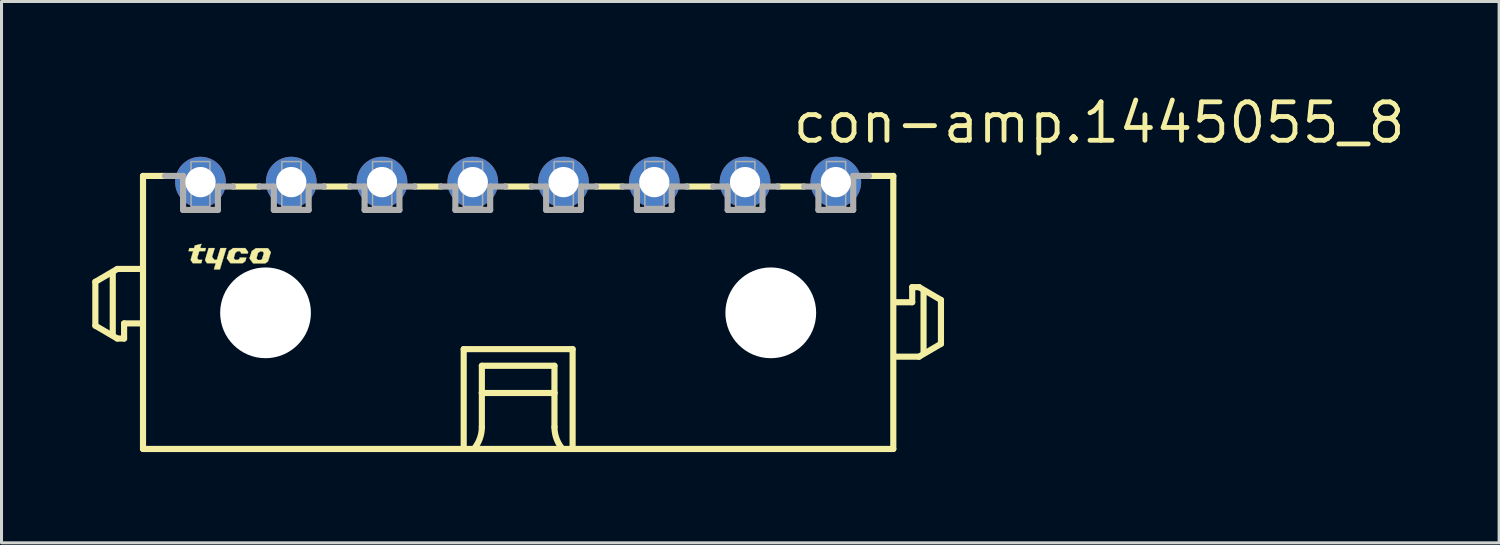
<source format=kicad_pcb>
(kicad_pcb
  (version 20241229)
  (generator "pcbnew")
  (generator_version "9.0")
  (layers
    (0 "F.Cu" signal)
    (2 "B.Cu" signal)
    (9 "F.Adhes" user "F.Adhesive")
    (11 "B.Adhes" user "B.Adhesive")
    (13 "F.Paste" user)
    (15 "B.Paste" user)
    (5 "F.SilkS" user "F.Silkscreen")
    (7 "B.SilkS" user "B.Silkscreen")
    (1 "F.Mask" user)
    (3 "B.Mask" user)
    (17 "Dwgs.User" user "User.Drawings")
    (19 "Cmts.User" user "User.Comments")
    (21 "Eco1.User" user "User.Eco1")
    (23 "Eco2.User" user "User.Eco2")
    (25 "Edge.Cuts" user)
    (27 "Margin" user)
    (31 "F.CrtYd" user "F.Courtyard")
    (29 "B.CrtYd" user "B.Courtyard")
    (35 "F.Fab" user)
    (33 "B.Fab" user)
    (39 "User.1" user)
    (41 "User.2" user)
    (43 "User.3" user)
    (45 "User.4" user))
  (footprint "con-amp.1445055_8"
    (layer "F.Cu")
    (at 14.077 7.29)
    (property "Reference" "con-amp.1445055_8" (at 9 -5.54 0) (layer "F.SilkS") (effects (font (size 1.27 1.27) (thickness 0.16)) (justify left bottom)))
    (attr through_hole)
    (fp_line (start -13.975 -1.025) (end -13.975 0.425) (stroke (width 0.203) (type default)) (layer "F.SilkS"))
    (fp_line (start -13.975 0.425) (end -13.25 0.85) (stroke (width 0.203) (type default)) (layer "F.SilkS"))
    (fp_line (start -13.4 0.7) (end -13.4 -1.3) (stroke (width 0.203) (type default)) (layer "F.SilkS"))
    (fp_line (start -13.25 -1.45) (end -13.975 -1.025) (stroke (width 0.203) (type default)) (layer "F.SilkS"))
    (fp_line (start -13.25 0.85) (end -13.025 0.85) (stroke (width 0.203) (type default)) (layer "F.SilkS"))
    (fp_line (start -13.025 0.35) (end -12.5 0.35) (stroke (width 0.203) (type default)) (layer "F.SilkS"))
    (fp_line (start -13.025 0.85) (end -13.025 0.35) (stroke (width 0.203) (type default)) (layer "F.SilkS"))
    (fp_line (start -12.5 -1.45) (end -13.25 -1.45) (stroke (width 0.203) (type default)) (layer "F.SilkS"))
    (fp_line (start -12.4 -4.525) (end -12.4 4.5) (stroke (width 0.203) (type default)) (layer "F.SilkS"))
    (fp_line (start -12.4 -4.525) (end -11.675 -4.525) (stroke (width 0.203) (type default)) (layer "F.SilkS"))
    (fp_line (start -12.4 4.5) (end 12.4 4.5) (stroke (width 0.203) (type default)) (layer "F.SilkS"))
    (fp_line (start -8.55 -4.175) (end -9.425 -4.175) (stroke (width 0.203) (type default)) (layer "F.SilkS"))
    (fp_line (start -5.55 -4.175) (end -6.425 -4.175) (stroke (width 0.203) (type default)) (layer "F.SilkS"))
    (fp_line (start -2.55 -4.175) (end -3.425 -4.175) (stroke (width 0.203) (type default)) (layer "F.SilkS"))
    (fp_line (start -1.8 1.2) (end 1.8 1.2) (stroke (width 0.203) (type default)) (layer "F.SilkS"))
    (fp_line (start -1.8 4.4) (end -1.8 1.2) (stroke (width 0.203) (type default)) (layer "F.SilkS"))
    (fp_line (start -1.2 1.75) (end -1.2 2.65) (stroke (width 0.203) (type default)) (layer "F.SilkS"))
    (fp_line (start -1.2 2.65) (end -1.2 3.775) (stroke (width 0.203) (type default)) (layer "F.SilkS"))
    (fp_line (start -1.2 2.65) (end 1.2 2.65) (stroke (width 0.203) (type default)) (layer "F.SilkS"))
    (fp_line (start 0.45 -4.175) (end -0.425 -4.175) (stroke (width 0.203) (type default)) (layer "F.SilkS"))
    (fp_line (start 1.2 1.75) (end -1.2 1.75) (stroke (width 0.203) (type default)) (layer "F.SilkS"))
    (fp_line (start 1.2 2.65) (end 1.2 1.75) (stroke (width 0.203) (type default)) (layer "F.SilkS"))
    (fp_line (start 1.2 2.65) (end 1.2 3.775) (stroke (width 0.203) (type default)) (layer "F.SilkS"))
    (fp_line (start 1.8 1.2) (end 1.8 4.4) (stroke (width 0.203) (type default)) (layer "F.SilkS"))
    (fp_line (start 3.45 -4.175) (end 2.575 -4.175) (stroke (width 0.203) (type default)) (layer "F.SilkS"))
    (fp_line (start 6.45 -4.175) (end 5.575 -4.175) (stroke (width 0.203) (type default)) (layer "F.SilkS"))
    (fp_line (start 9.45 -4.175) (end 8.575 -4.175) (stroke (width 0.203) (type default)) (layer "F.SilkS"))
    (fp_line (start 12.4 -4.525) (end 11.6 -4.525) (stroke (width 0.203) (type default)) (layer "F.SilkS"))
    (fp_line (start 12.4 4.5) (end 12.4 -4.525) (stroke (width 0.203) (type default)) (layer "F.SilkS"))
    (fp_line (start 12.5 1.45) (end 13.25 1.45) (stroke (width 0.203) (type default)) (layer "F.SilkS"))
    (fp_line (start 13.025 -0.85) (end 13.025 -0.35) (stroke (width 0.203) (type default)) (layer "F.SilkS"))
    (fp_line (start 13.025 -0.35) (end 12.5 -0.35) (stroke (width 0.203) (type default)) (layer "F.SilkS"))
    (fp_line (start 13.25 -0.85) (end 13.025 -0.85) (stroke (width 0.203) (type default)) (layer "F.SilkS"))
    (fp_line (start 13.25 1.45) (end 13.975 1.025) (stroke (width 0.203) (type default)) (layer "F.SilkS"))
    (fp_line (start 13.4 1.3) (end 13.4 -0.7) (stroke (width 0.203) (type default)) (layer "F.SilkS"))
    (fp_line (start 13.975 -0.425) (end 13.25 -0.85) (stroke (width 0.203) (type default)) (layer "F.SilkS"))
    (fp_line (start 13.975 1.025) (end 13.975 -0.425) (stroke (width 0.203) (type default)) (layer "F.SilkS"))
    (fp_arc (start -1.2 3.775) (mid -1.257731 4.130756) (end -1.425 4.45) (stroke (width 0.2032) (type default)) (layer "F.SilkS"))
    (fp_arc (start 1.425 4.45) (mid 1.257731 4.130756) (end 1.2 3.775) (stroke (width 0.2032) (type default)) (layer "F.SilkS"))
    (fp_poly (pts (xy -10.23 -2.14) (xy -10.03 -2.14) (xy -10.12 -1.845) (xy -10.04 -1.75) (xy -9.96 -1.75) (xy -9.84 -2.14) (xy -9.645 -2.14) (xy -9.86 -1.435) (xy -10.055 -1.435) (xy -9.995 -1.64) (xy -10.285 -1.64) (xy -10.35 -1.74)) (stroke (width 0.01) (type default)) (fill yes) (layer "F.SilkS"))
    (fp_poly (pts (xy -10.865 -2.14) (xy -10.71 -2.14) (xy -10.688 -2.225) (xy -10.47 -2.28) (xy -10.51 -2.14) (xy -10.32 -2.14) (xy -10.35 -2.04) (xy -10.54 -2.04) (xy -10.61 -1.81) (xy -10.565 -1.75) (xy -10.445 -1.75) (xy -10.475 -1.64) (xy -10.755 -1.64) (xy -10.825 -1.75) (xy -10.74 -2.04) (xy -10.895 -2.04)) (stroke (width 0.01) (type default)) (fill yes) (layer "F.SilkS"))
    (fp_poly (pts (xy -9.16 -1.96) (xy -8.94 -1.96) (xy -8.925 -2.01) (xy -9.02 -2.14) (xy -9.42 -2.14) (xy -9.555 -2.045) (xy -9.63 -1.805) (xy -9.51 -1.64) (xy -9.11 -1.64) (xy -9.02 -1.705) (xy -8.985 -1.825) (xy -9.2 -1.825) (xy -9.215 -1.78) (xy -9.26 -1.75) (xy -9.355 -1.75) (xy -9.4 -1.81) (xy -9.35 -1.98) (xy -9.28 -2.035) (xy -9.195 -2.035) (xy -9.155 -1.975)) (stroke (width 0.01) (type default)) (fill yes) (layer "F.SilkS"))
    (fp_poly (pts (xy -8.45 -1.825) (xy -8.23 -1.825) (xy -8.175 -2.005) (xy -8.27 -2.135) (xy -8.67 -2.135) (xy -8.805 -2.04) (xy -8.88 -1.8) (xy -8.76 -1.635) (xy -8.36 -1.635) (xy -8.27 -1.7) (xy -8.23 -1.825) (xy -8.45 -1.82) (xy -8.465 -1.775) (xy -8.51 -1.745) (xy -8.605 -1.745) (xy -8.65 -1.805) (xy -8.6 -1.975) (xy -8.53 -2.03) (xy -8.445 -2.03) (xy -8.405 -1.97)) (stroke (width 0.01) (type default)) (fill yes) (layer "F.SilkS"))
    (fp_line (start -11.075 -4.525) (end -11.675 -4.525) (stroke (width 0.203) (type default)) (layer "F.Fab"))
    (fp_line (start -11.075 -3.4) (end -11.075 -4.525) (stroke (width 0.203) (type default)) (layer "F.Fab"))
    (fp_line (start -9.925 -4.175) (end -9.925 -3.4) (stroke (width 0.203) (type default)) (layer "F.Fab"))
    (fp_line (start -9.925 -3.4) (end -11.075 -3.4) (stroke (width 0.203) (type default)) (layer "F.Fab"))
    (fp_line (start -9.425 -4.175) (end -9.925 -4.175) (stroke (width 0.203) (type default)) (layer "F.Fab"))
    (fp_line (start -8.075 -4.175) (end -8.55 -4.175) (stroke (width 0.203) (type default)) (layer "F.Fab"))
    (fp_line (start -8.075 -3.4) (end -8.075 -4.175) (stroke (width 0.203) (type default)) (layer "F.Fab"))
    (fp_line (start -6.925 -4.175) (end -6.925 -3.4) (stroke (width 0.203) (type default)) (layer "F.Fab"))
    (fp_line (start -6.925 -3.4) (end -8.075 -3.4) (stroke (width 0.203) (type default)) (layer "F.Fab"))
    (fp_line (start -6.425 -4.175) (end -6.925 -4.175) (stroke (width 0.203) (type default)) (layer "F.Fab"))
    (fp_line (start -5.075 -4.175) (end -5.55 -4.175) (stroke (width 0.203) (type default)) (layer "F.Fab"))
    (fp_line (start -5.075 -3.4) (end -5.075 -4.175) (stroke (width 0.203) (type default)) (layer "F.Fab"))
    (fp_line (start -3.925 -4.175) (end -3.925 -3.4) (stroke (width 0.203) (type default)) (layer "F.Fab"))
    (fp_line (start -3.925 -3.4) (end -5.075 -3.4) (stroke (width 0.203) (type default)) (layer "F.Fab"))
    (fp_line (start -3.425 -4.175) (end -3.925 -4.175) (stroke (width 0.203) (type default)) (layer "F.Fab"))
    (fp_line (start -2.075 -4.175) (end -2.55 -4.175) (stroke (width 0.203) (type default)) (layer "F.Fab"))
    (fp_line (start -2.075 -3.4) (end -2.075 -4.175) (stroke (width 0.203) (type default)) (layer "F.Fab"))
    (fp_line (start -0.925 -4.175) (end -0.925 -3.4) (stroke (width 0.203) (type default)) (layer "F.Fab"))
    (fp_line (start -0.925 -3.4) (end -2.075 -3.4) (stroke (width 0.203) (type default)) (layer "F.Fab"))
    (fp_line (start -0.425 -4.175) (end -0.925 -4.175) (stroke (width 0.203) (type default)) (layer "F.Fab"))
    (fp_line (start 0.925 -4.175) (end 0.45 -4.175) (stroke (width 0.203) (type default)) (layer "F.Fab"))
    (fp_line (start 0.925 -3.4) (end 0.925 -4.175) (stroke (width 0.203) (type default)) (layer "F.Fab"))
    (fp_line (start 2.075 -4.175) (end 2.075 -3.4) (stroke (width 0.203) (type default)) (layer "F.Fab"))
    (fp_line (start 2.075 -3.4) (end 0.925 -3.4) (stroke (width 0.203) (type default)) (layer "F.Fab"))
    (fp_line (start 2.575 -4.175) (end 2.075 -4.175) (stroke (width 0.203) (type default)) (layer "F.Fab"))
    (fp_line (start 3.925 -4.175) (end 3.45 -4.175) (stroke (width 0.203) (type default)) (layer "F.Fab"))
    (fp_line (start 3.925 -3.4) (end 3.925 -4.175) (stroke (width 0.203) (type default)) (layer "F.Fab"))
    (fp_line (start 5.075 -4.175) (end 5.075 -3.4) (stroke (width 0.203) (type default)) (layer "F.Fab"))
    (fp_line (start 5.075 -3.4) (end 3.925 -3.4) (stroke (width 0.203) (type default)) (layer "F.Fab"))
    (fp_line (start 5.575 -4.175) (end 5.075 -4.175) (stroke (width 0.203) (type default)) (layer "F.Fab"))
    (fp_line (start 6.925 -4.175) (end 6.45 -4.175) (stroke (width 0.203) (type default)) (layer "F.Fab"))
    (fp_line (start 6.925 -3.4) (end 6.925 -4.175) (stroke (width 0.203) (type default)) (layer "F.Fab"))
    (fp_line (start 8.075 -4.175) (end 8.075 -3.4) (stroke (width 0.203) (type default)) (layer "F.Fab"))
    (fp_line (start 8.075 -3.4) (end 6.925 -3.4) (stroke (width 0.203) (type default)) (layer "F.Fab"))
    (fp_line (start 8.575 -4.175) (end 8.075 -4.175) (stroke (width 0.203) (type default)) (layer "F.Fab"))
    (fp_line (start 9.925 -4.175) (end 9.45 -4.175) (stroke (width 0.203) (type default)) (layer "F.Fab"))
    (fp_line (start 9.925 -3.4) (end 9.925 -4.175) (stroke (width 0.203) (type default)) (layer "F.Fab"))
    (fp_line (start 11.075 -4.525) (end 11.075 -3.4) (stroke (width 0.203) (type default)) (layer "F.Fab"))
    (fp_line (start 11.075 -3.4) (end 9.925 -3.4) (stroke (width 0.203) (type default)) (layer "F.Fab"))
    (fp_line (start 11.6 -4.525) (end 11.075 -4.525) (stroke (width 0.203) (type default)) (layer "F.Fab"))
    (fp_rect (start -10.812 -3.513) (end -10.188 -5) (stroke (width 0.05) (type default)) (fill no) (layer "F.Fab"))
    (fp_rect (start -7.812 -3.513) (end -7.175 -5) (stroke (width 0.05) (type default)) (fill no) (layer "F.Fab"))
    (fp_rect (start -4.812 -3.513) (end -4.175 -5) (stroke (width 0.05) (type default)) (fill no) (layer "F.Fab"))
    (fp_rect (start -1.812 -3.513) (end -1.175 -5) (stroke (width 0.05) (type default)) (fill no) (layer "F.Fab"))
    (fp_rect (start 1.188 -3.513) (end 1.825 -5) (stroke (width 0.05) (type default)) (fill no) (layer "F.Fab"))
    (fp_rect (start 4.188 -3.513) (end 4.825 -5) (stroke (width 0.05) (type default)) (fill no) (layer "F.Fab"))
    (fp_rect (start 7.188 -3.513) (end 7.825 -5) (stroke (width 0.05) (type default)) (fill no) (layer "F.Fab"))
    (fp_rect (start 10.188 -3.513) (end 10.825 -5) (stroke (width 0.05) (type default)) (fill no) (layer "F.Fab"))
    (pad "" np_thru_hole circle (at -8.35 0) (size 3 3) (drill 3) (layers "*.Cu" "*.Mask"))
    (pad "" np_thru_hole circle (at 8.35 0) (size 3 3) (drill 3) (layers "*.Cu" "*.Mask"))
    (pad "1" thru_hole circle (at 10.5 -4.32) (size 1.676 1.676) (drill 1) (layers "*.Cu" "*.Mask"))
    (pad "2" thru_hole circle (at 7.5 -4.32) (size 1.676 1.676) (drill 1) (layers "*.Cu" "*.Mask"))
    (pad "3" thru_hole circle (at 4.5 -4.32) (size 1.676 1.676) (drill 1) (layers "*.Cu" "*.Mask"))
    (pad "4" thru_hole circle (at 1.5 -4.32) (size 1.676 1.676) (drill 1) (layers "*.Cu" "*.Mask"))
    (pad "5" thru_hole circle (at -1.5 -4.32) (size 1.676 1.676) (drill 1) (layers "*.Cu" "*.Mask"))
    (pad "6" thru_hole circle (at -4.5 -4.32) (size 1.676 1.676) (drill 1) (layers "*.Cu" "*.Mask"))
    (pad "7" thru_hole circle (at -7.5 -4.32) (size 1.676 1.676) (drill 1) (layers "*.Cu" "*.Mask"))
    (pad "8" thru_hole circle (at -10.5 -4.32) (size 1.676 1.676) (drill 1) (layers "*.Cu" "*.Mask")))
  (gr_rect
    (start -3 -3)
    (end 46.502 14.892)
    (stroke (width 0.1) (type default))
    (fill no)
    (layer "Edge.Cuts")))
</source>
